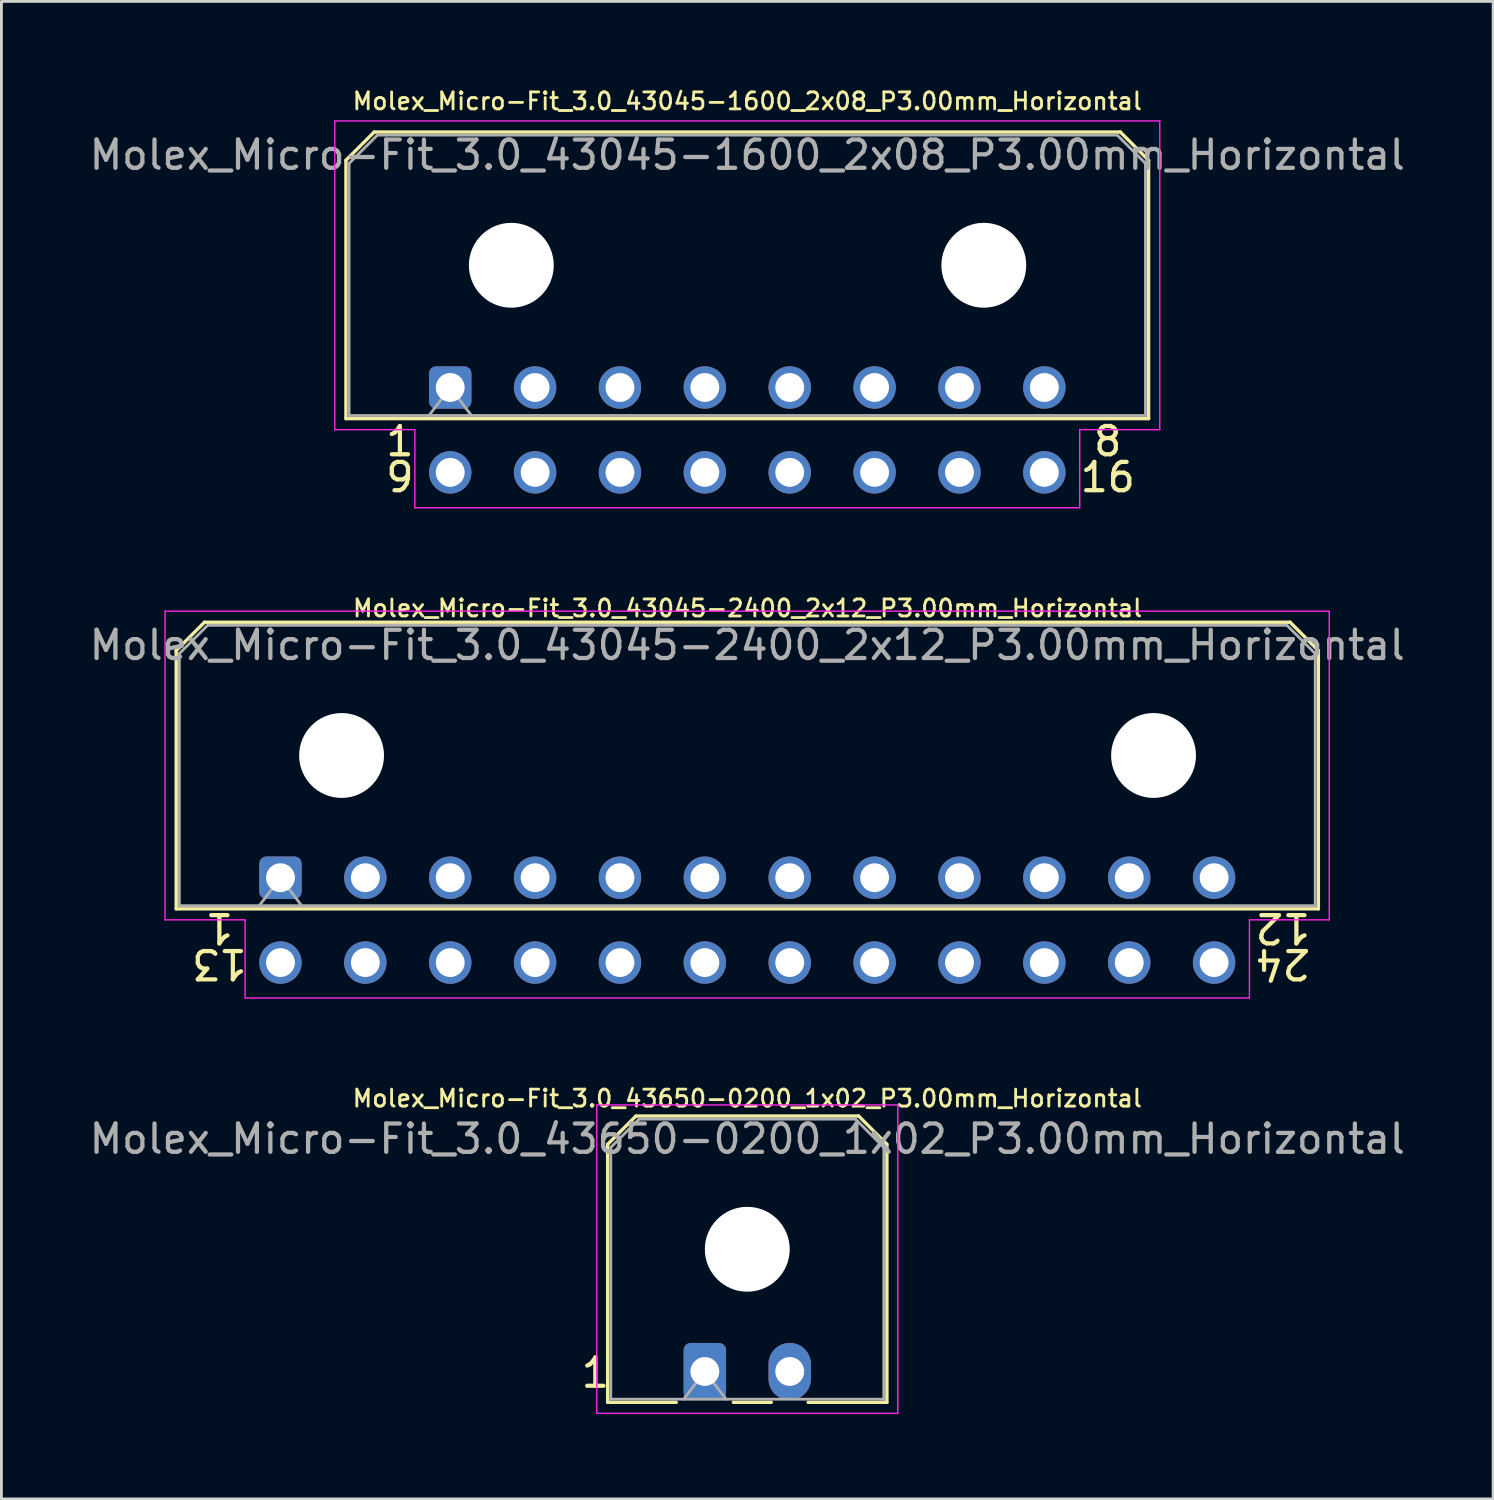
<source format=kicad_pcb>
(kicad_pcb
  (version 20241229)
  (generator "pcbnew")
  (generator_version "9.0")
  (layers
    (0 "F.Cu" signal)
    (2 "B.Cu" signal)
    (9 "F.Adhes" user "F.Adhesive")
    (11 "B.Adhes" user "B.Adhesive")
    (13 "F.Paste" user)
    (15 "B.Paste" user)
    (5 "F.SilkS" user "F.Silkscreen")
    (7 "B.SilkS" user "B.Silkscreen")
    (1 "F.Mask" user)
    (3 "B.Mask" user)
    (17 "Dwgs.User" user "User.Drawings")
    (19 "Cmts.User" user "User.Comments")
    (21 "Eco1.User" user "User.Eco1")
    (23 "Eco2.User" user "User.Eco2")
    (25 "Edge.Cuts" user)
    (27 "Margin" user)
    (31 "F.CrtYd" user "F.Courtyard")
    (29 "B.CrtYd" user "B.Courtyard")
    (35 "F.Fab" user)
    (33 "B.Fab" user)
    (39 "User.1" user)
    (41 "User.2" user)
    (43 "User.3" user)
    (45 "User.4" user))
  (footprint "Molex_Micro-Fit_3.0_43045-2400_2x12_P3.00mm_Horizontal"
    (layer "F.Cu")
    (at 6.863 27.973)
    (property "Reference" "Molex_Micro-Fit_3.0_43045-2400_2x12_P3.00mm_Horizontal" (at 16.51 -9.525 0) (layer "F.SilkS") (effects (font (size 0.6 0.6) (thickness 0.1))))
    (attr through_hole)
    (fp_line (start -3.685 -8.03) (end -2.685 -9.03) (stroke (width 0.12) (type solid)) (layer "F.SilkS"))
    (fp_line (start -3.685 1.1) (end -3.685 -8.03) (stroke (width 0.12) (type solid)) (layer "F.SilkS"))
    (fp_line (start -2.685 -9.03) (end 35.685 -9.03) (stroke (width 0.12) (type solid)) (layer "F.SilkS"))
    (fp_line (start 35.685 -9.03) (end 36.685 -8.03) (stroke (width 0.12) (type solid)) (layer "F.SilkS"))
    (fp_line (start 36.685 -8.03) (end 36.685 1.1) (stroke (width 0.12) (type solid)) (layer "F.SilkS"))
    (fp_line (start 36.685 1.1) (end -3.685 1.1) (stroke (width 0.12) (type solid)) (layer "F.SilkS"))
    (fp_line (start -4.08 -9.42) (end 37.07 -9.42) (stroke (width 0.05) (type solid)) (layer "F.CrtYd"))
    (fp_line (start -4.08 1.49) (end -4.08 -9.42) (stroke (width 0.05) (type solid)) (layer "F.CrtYd"))
    (fp_line (start -1.25 1.49) (end -4.08 1.49) (stroke (width 0.05) (type solid)) (layer "F.CrtYd"))
    (fp_line (start -1.25 4.25) (end -1.25 1.49) (stroke (width 0.05) (type solid)) (layer "F.CrtYd"))
    (fp_line (start 34.25 1.49) (end 34.25 4.25) (stroke (width 0.05) (type solid)) (layer "F.CrtYd"))
    (fp_line (start 34.25 4.25) (end -1.25 4.25) (stroke (width 0.05) (type solid)) (layer "F.CrtYd"))
    (fp_line (start 37.07 -9.42) (end 37.07 1.49) (stroke (width 0.05) (type solid)) (layer "F.CrtYd"))
    (fp_line (start 37.07 1.49) (end 34.25 1.49) (stroke (width 0.05) (type solid)) (layer "F.CrtYd"))
    (fp_line (start -3.575 -7.92) (end -2.575 -8.92) (stroke (width 0.1) (type solid)) (layer "F.Fab"))
    (fp_line (start -3.575 0.99) (end -3.575 -7.92) (stroke (width 0.1) (type solid)) (layer "F.Fab"))
    (fp_line (start -2.575 -8.92) (end 35.575 -8.92) (stroke (width 0.1) (type solid)) (layer "F.Fab"))
    (fp_line (start -0.75 0.99) (end 0 0) (stroke (width 0.1) (type solid)) (layer "F.Fab"))
    (fp_line (start 0 0) (end 0.75 0.99) (stroke (width 0.1) (type solid)) (layer "F.Fab"))
    (fp_line (start 35.575 -8.92) (end 36.575 -7.92) (stroke (width 0.1) (type solid)) (layer "F.Fab"))
    (fp_line (start 36.575 -7.92) (end 36.575 0.99) (stroke (width 0.1) (type solid)) (layer "F.Fab"))
    (fp_line (start 36.575 0.99) (end -3.575 0.99) (stroke (width 0.1) (type solid)) (layer "F.Fab"))
    (fp_text user "1" (at -2.159 1.778 180) (unlocked yes) (layer "F.SilkS") (effects (font (size 1 1) (thickness 0.15))))
    (fp_text user "12" (at 35.433 1.778 180) (unlocked yes) (layer "F.SilkS") (effects (font (size 1 1) (thickness 0.15))))
    (fp_text user "13" (at -2.159 3.048 180) (unlocked yes) (layer "F.SilkS") (effects (font (size 1 1) (thickness 0.15))))
    (fp_text user "24" (at 35.433 3.048 180) (unlocked yes) (layer "F.SilkS") (effects (font (size 1 1) (thickness 0.15))))
    (fp_text user "${REFERENCE}" (at 16.5 -8.22 0) (layer "F.Fab") (effects (font (size 1 1) (thickness 0.15))))
    (pad "" np_thru_hole circle (at 2.16 -4.32) (size 3 3) (drill 3) (layers "*.Cu" "*.Mask"))
    (pad "" np_thru_hole circle (at 30.86 -4.32) (size 3 3) (drill 3) (layers "*.Cu" "*.Mask"))
    (pad "1" thru_hole roundrect (at 0 0) (size 1.5 1.5) (drill 1.02) (layers "*.Cu" "*.Mask") (roundrect_rratio 0.167))
    (pad "2" thru_hole circle (at 3 0) (size 1.5 1.5) (drill 1.02) (layers "*.Cu" "*.Mask"))
    (pad "3" thru_hole circle (at 6 0) (size 1.5 1.5) (drill 1.02) (layers "*.Cu" "*.Mask"))
    (pad "4" thru_hole circle (at 9 0) (size 1.5 1.5) (drill 1.02) (layers "*.Cu" "*.Mask"))
    (pad "5" thru_hole circle (at 12 0) (size 1.5 1.5) (drill 1.02) (layers "*.Cu" "*.Mask"))
    (pad "6" thru_hole circle (at 15 0) (size 1.5 1.5) (drill 1.02) (layers "*.Cu" "*.Mask"))
    (pad "7" thru_hole circle (at 18 0) (size 1.5 1.5) (drill 1.02) (layers "*.Cu" "*.Mask"))
    (pad "8" thru_hole circle (at 21 0) (size 1.5 1.5) (drill 1.02) (layers "*.Cu" "*.Mask"))
    (pad "9" thru_hole circle (at 24 0) (size 1.5 1.5) (drill 1.02) (layers "*.Cu" "*.Mask"))
    (pad "10" thru_hole circle (at 27 0) (size 1.5 1.5) (drill 1.02) (layers "*.Cu" "*.Mask"))
    (pad "11" thru_hole circle (at 30 0) (size 1.5 1.5) (drill 1.02) (layers "*.Cu" "*.Mask"))
    (pad "12" thru_hole circle (at 33 0) (size 1.5 1.5) (drill 1.02) (layers "*.Cu" "*.Mask"))
    (pad "13" thru_hole circle (at 0 3) (size 1.5 1.5) (drill 1.02) (layers "*.Cu" "*.Mask"))
    (pad "14" thru_hole circle (at 3 3) (size 1.5 1.5) (drill 1.02) (layers "*.Cu" "*.Mask"))
    (pad "15" thru_hole circle (at 6 3) (size 1.5 1.5) (drill 1.02) (layers "*.Cu" "*.Mask"))
    (pad "16" thru_hole circle (at 9 3) (size 1.5 1.5) (drill 1.02) (layers "*.Cu" "*.Mask"))
    (pad "17" thru_hole circle (at 12 3) (size 1.5 1.5) (drill 1.02) (layers "*.Cu" "*.Mask"))
    (pad "18" thru_hole circle (at 15 3) (size 1.5 1.5) (drill 1.02) (layers "*.Cu" "*.Mask"))
    (pad "19" thru_hole circle (at 18 3) (size 1.5 1.5) (drill 1.02) (layers "*.Cu" "*.Mask"))
    (pad "20" thru_hole circle (at 21 3) (size 1.5 1.5) (drill 1.02) (layers "*.Cu" "*.Mask"))
    (pad "21" thru_hole circle (at 24 3) (size 1.5 1.5) (drill 1.02) (layers "*.Cu" "*.Mask"))
    (pad "22" thru_hole circle (at 27 3) (size 1.5 1.5) (drill 1.02) (layers "*.Cu" "*.Mask"))
    (pad "23" thru_hole circle (at 30 3) (size 1.5 1.5) (drill 1.02) (layers "*.Cu" "*.Mask"))
    (pad "24" thru_hole circle (at 33 3) (size 1.5 1.5) (drill 1.02) (layers "*.Cu" "*.Mask")))
  (footprint "Molex_Micro-Fit_3.0_43045-1600_2x08_P3.00mm_Horizontal"
    (layer "F.Cu")
    (at 12.863 10.646)
    (property "Reference" "Molex_Micro-Fit_3.0_43045-1600_2x08_P3.00mm_Horizontal" (at 10.5 -10.12 0) (layer "F.SilkS") (effects (font (size 0.6 0.6) (thickness 0.1) (bold yes))))
    (attr through_hole)
    (fp_line (start -3.685 -8.03) (end -2.685 -9.03) (stroke (width 0.12) (type solid)) (layer "F.SilkS"))
    (fp_line (start -3.685 1.1) (end -3.685 -8.03) (stroke (width 0.12) (type solid)) (layer "F.SilkS"))
    (fp_line (start -2.685 -9.03) (end 23.685 -9.03) (stroke (width 0.12) (type solid)) (layer "F.SilkS"))
    (fp_line (start 23.685 -9.03) (end 24.685 -8.03) (stroke (width 0.12) (type solid)) (layer "F.SilkS"))
    (fp_line (start 24.685 -8.03) (end 24.685 1.1) (stroke (width 0.12) (type solid)) (layer "F.SilkS"))
    (fp_line (start 24.685 1.1) (end -3.685 1.1) (stroke (width 0.12) (type solid)) (layer "F.SilkS"))
    (fp_line (start -4.08 -9.42) (end 25.08 -9.42) (stroke (width 0.05) (type solid)) (layer "F.CrtYd"))
    (fp_line (start -4.08 1.49) (end -4.08 -9.42) (stroke (width 0.05) (type solid)) (layer "F.CrtYd"))
    (fp_line (start -1.25 1.49) (end -4.08 1.49) (stroke (width 0.05) (type solid)) (layer "F.CrtYd"))
    (fp_line (start -1.25 4.25) (end -1.25 1.49) (stroke (width 0.05) (type solid)) (layer "F.CrtYd"))
    (fp_line (start 22.25 1.49) (end 22.25 4.25) (stroke (width 0.05) (type solid)) (layer "F.CrtYd"))
    (fp_line (start 22.25 4.25) (end -1.25 4.25) (stroke (width 0.05) (type solid)) (layer "F.CrtYd"))
    (fp_line (start 25.08 -9.42) (end 25.08 1.49) (stroke (width 0.05) (type solid)) (layer "F.CrtYd"))
    (fp_line (start 25.08 1.49) (end 22.25 1.49) (stroke (width 0.05) (type solid)) (layer "F.CrtYd"))
    (fp_line (start -3.575 -7.92) (end -2.575 -8.92) (stroke (width 0.1) (type solid)) (layer "F.Fab"))
    (fp_line (start -3.575 0.99) (end -3.575 -7.92) (stroke (width 0.1) (type solid)) (layer "F.Fab"))
    (fp_line (start -2.575 -8.92) (end 23.575 -8.92) (stroke (width 0.1) (type solid)) (layer "F.Fab"))
    (fp_line (start -0.75 0.99) (end 0 0) (stroke (width 0.1) (type solid)) (layer "F.Fab"))
    (fp_line (start 0 0) (end 0.75 0.99) (stroke (width 0.1) (type solid)) (layer "F.Fab"))
    (fp_line (start 23.575 -8.92) (end 24.575 -7.92) (stroke (width 0.1) (type solid)) (layer "F.Fab"))
    (fp_line (start 24.575 -7.92) (end 24.575 0.99) (stroke (width 0.1) (type solid)) (layer "F.Fab"))
    (fp_line (start 24.575 0.99) (end -3.575 0.99) (stroke (width 0.1) (type solid)) (layer "F.Fab"))
    (fp_text user "16" (at 23.241 3.175 0) (unlocked yes) (layer "F.SilkS") (effects (font (size 1 1) (thickness 0.15))))
    (fp_text user "1" (at -1.778 1.905 0) (unlocked yes) (layer "F.SilkS") (effects (font (size 1 1) (thickness 0.15))))
    (fp_text user "9" (at -1.778 3.175 0) (unlocked yes) (layer "F.SilkS") (effects (font (size 1 1) (thickness 0.15))))
    (fp_text user "8" (at 23.241 1.905 0) (unlocked yes) (layer "F.SilkS") (effects (font (size 1 1) (thickness 0.15))))
    (fp_text user "${REFERENCE}" (at 10.5 -8.22 0) (layer "F.Fab") (effects (font (size 1 1) (thickness 0.15))))
    (pad "" np_thru_hole circle (at 2.16 -4.32) (size 3 3) (drill 3) (layers "*.Cu" "*.Mask"))
    (pad "" np_thru_hole circle (at 18.86 -4.32) (size 3 3) (drill 3) (layers "*.Cu" "*.Mask"))
    (pad "1" thru_hole roundrect (at 0 0) (size 1.5 1.5) (drill 1.02) (layers "*.Cu" "*.Mask") (roundrect_rratio 0.167))
    (pad "2" thru_hole circle (at 3 0) (size 1.5 1.5) (drill 1.02) (layers "*.Cu" "*.Mask"))
    (pad "3" thru_hole circle (at 6 0) (size 1.5 1.5) (drill 1.02) (layers "*.Cu" "*.Mask"))
    (pad "4" thru_hole circle (at 9 0) (size 1.5 1.5) (drill 1.02) (layers "*.Cu" "*.Mask"))
    (pad "5" thru_hole circle (at 12 0) (size 1.5 1.5) (drill 1.02) (layers "*.Cu" "*.Mask"))
    (pad "6" thru_hole circle (at 15 0) (size 1.5 1.5) (drill 1.02) (layers "*.Cu" "*.Mask"))
    (pad "7" thru_hole circle (at 18 0) (size 1.5 1.5) (drill 1.02) (layers "*.Cu" "*.Mask"))
    (pad "8" thru_hole circle (at 21 0) (size 1.5 1.5) (drill 1.02) (layers "*.Cu" "*.Mask"))
    (pad "9" thru_hole circle (at 0 3) (size 1.5 1.5) (drill 1.02) (layers "*.Cu" "*.Mask"))
    (pad "10" thru_hole circle (at 3 3) (size 1.5 1.5) (drill 1.02) (layers "*.Cu" "*.Mask"))
    (pad "11" thru_hole circle (at 6 3) (size 1.5 1.5) (drill 1.02) (layers "*.Cu" "*.Mask"))
    (pad "12" thru_hole circle (at 9 3) (size 1.5 1.5) (drill 1.02) (layers "*.Cu" "*.Mask"))
    (pad "13" thru_hole circle (at 12 3) (size 1.5 1.5) (drill 1.02) (layers "*.Cu" "*.Mask"))
    (pad "14" thru_hole circle (at 15 3) (size 1.5 1.5) (drill 1.02) (layers "*.Cu" "*.Mask"))
    (pad "15" thru_hole circle (at 18 3) (size 1.5 1.5) (drill 1.02) (layers "*.Cu" "*.Mask"))
    (pad "16" thru_hole circle (at 21 3) (size 1.5 1.5) (drill 1.02) (layers "*.Cu" "*.Mask")))
  (footprint "Molex_Micro-Fit_3.0_43650-0200_1x02_P3.00mm_Horizontal"
    (layer "F.Cu")
    (at 21.863 45.426)
    (property "Reference" "Molex_Micro-Fit_3.0_43650-0200_1x02_P3.00mm_Horizontal" (at 1.5 -9.652 0) (layer "F.SilkS") (effects (font (size 0.6 0.6) (thickness 0.1) (bold yes))))
    (attr through_hole)
    (fp_line (start -3.435 -8.03) (end -2.435 -9.03) (stroke (width 0.12) (type solid)) (layer "F.SilkS"))
    (fp_line (start -3.435 1.09) (end -3.435 -8.03) (stroke (width 0.12) (type solid)) (layer "F.SilkS"))
    (fp_line (start -3.435 1.09) (end -1.01 1.09) (stroke (width 0.12) (type solid)) (layer "F.SilkS"))
    (fp_line (start -2.435 -9.03) (end 5.435 -9.03) (stroke (width 0.12) (type solid)) (layer "F.SilkS"))
    (fp_line (start 1.01 1.09) (end 2.348 1.09) (stroke (width 0.12) (type solid)) (layer "F.SilkS"))
    (fp_line (start 5.435 -9.03) (end 6.435 -8.03) (stroke (width 0.12) (type solid)) (layer "F.SilkS"))
    (fp_line (start 6.435 -8.03) (end 6.435 1.09) (stroke (width 0.12) (type solid)) (layer "F.SilkS"))
    (fp_line (start 6.435 1.09) (end 3.652 1.09) (stroke (width 0.12) (type solid)) (layer "F.SilkS"))
    (fp_line (start -3.82 -9.42) (end 6.82 -9.42) (stroke (width 0.05) (type solid)) (layer "F.CrtYd"))
    (fp_line (start -3.82 1.48) (end -3.82 -9.42) (stroke (width 0.05) (type solid)) (layer "F.CrtYd"))
    (fp_line (start 6.82 -9.42) (end 6.82 1.48) (stroke (width 0.05) (type solid)) (layer "F.CrtYd"))
    (fp_line (start 6.82 1.48) (end -3.82 1.48) (stroke (width 0.05) (type solid)) (layer "F.CrtYd"))
    (fp_line (start -3.325 -7.92) (end -2.325 -8.92) (stroke (width 0.1) (type solid)) (layer "F.Fab"))
    (fp_line (start -3.325 0.98) (end -3.325 -7.92) (stroke (width 0.1) (type solid)) (layer "F.Fab"))
    (fp_line (start -2.325 -8.92) (end 5.325 -8.92) (stroke (width 0.1) (type solid)) (layer "F.Fab"))
    (fp_line (start -0.75 0.98) (end 0 0) (stroke (width 0.1) (type solid)) (layer "F.Fab"))
    (fp_line (start 0 0) (end 0.75 0.98) (stroke (width 0.1) (type solid)) (layer "F.Fab"))
    (fp_line (start 5.325 -8.92) (end 6.325 -7.92) (stroke (width 0.1) (type solid)) (layer "F.Fab"))
    (fp_line (start 6.325 -7.92) (end 6.325 0.98) (stroke (width 0.1) (type solid)) (layer "F.Fab"))
    (fp_line (start 6.325 0.98) (end -3.325 0.98) (stroke (width 0.1) (type solid)) (layer "F.Fab"))
    (fp_text user "1" (at -4.445 0.635 0) (unlocked yes) (layer "F.SilkS") (effects (font (size 1 1) (thickness 0.15)) (justify left bottom)))
    (fp_text user "${REFERENCE}" (at 1.5 -8.22 0) (layer "F.Fab") (effects (font (size 1 1) (thickness 0.15))))
    (pad "" np_thru_hole circle (at 1.5 -4.32) (size 3 3) (drill 3) (layers "*.Cu" "*.Mask"))
    (pad "1" thru_hole roundrect (at 0 0) (size 1.5 2.02) (drill 1.02) (layers "*.Cu" "*.Mask") (roundrect_rratio 0.167))
    (pad "2" thru_hole oval (at 3 0) (size 1.5 2.02) (drill 1.02) (layers "*.Cu" "*.Mask")))
  (gr_rect
    (start -3 -3)
    (end 49.726 49.931)
    (stroke (width 0.1) (type default))
    (fill no)
    (layer "Edge.Cuts")))
</source>
